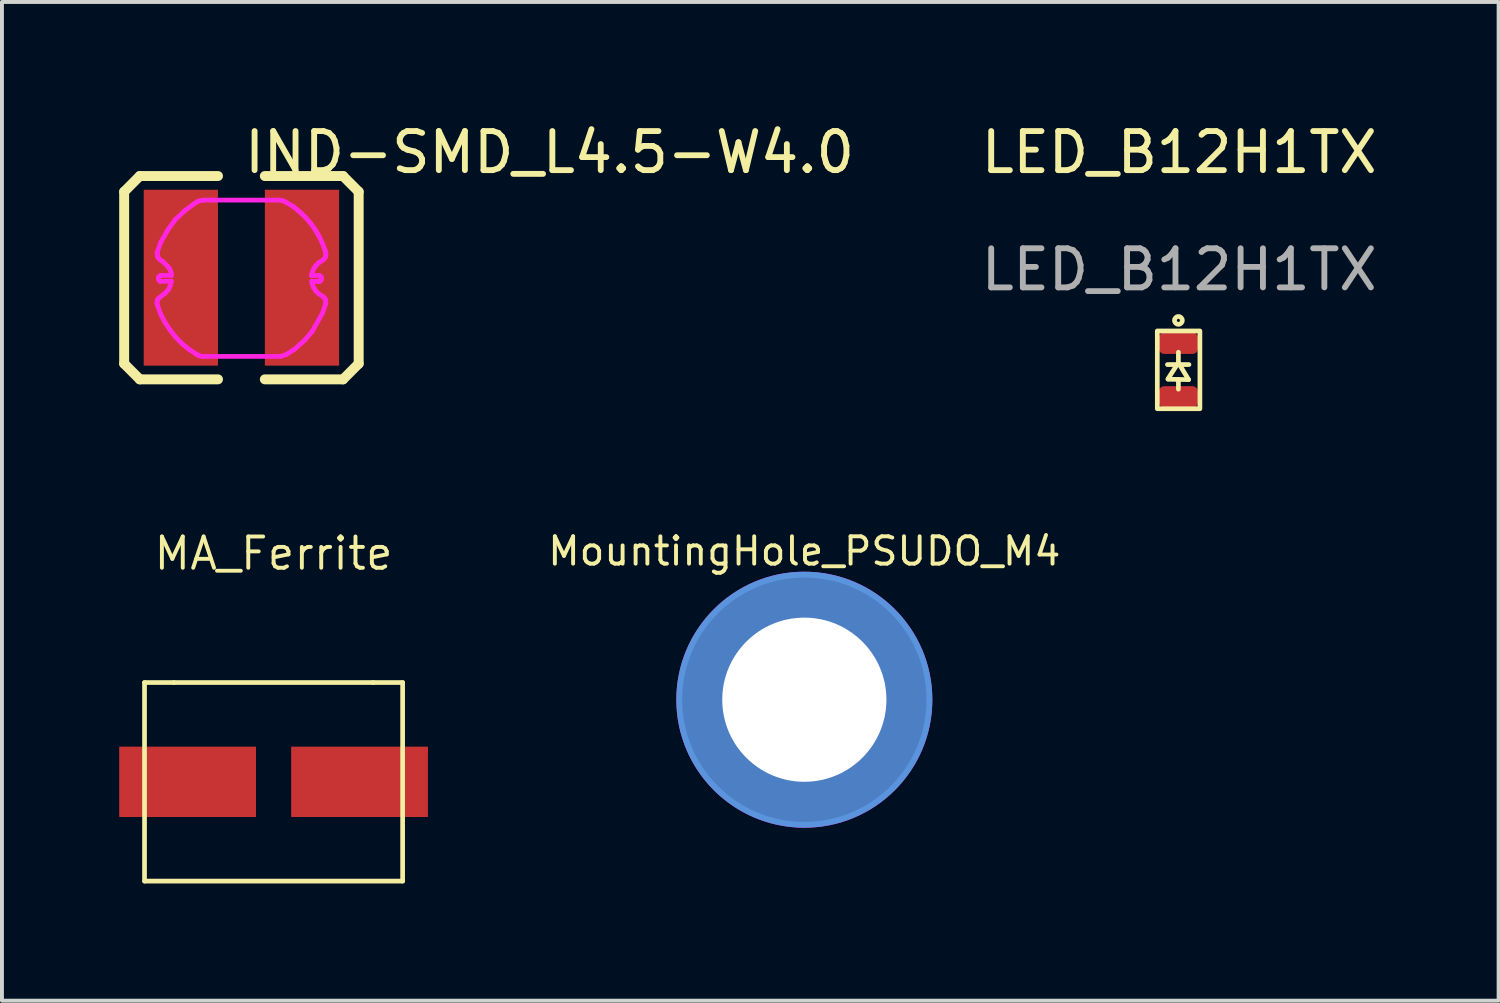
<source format=kicad_pcb>
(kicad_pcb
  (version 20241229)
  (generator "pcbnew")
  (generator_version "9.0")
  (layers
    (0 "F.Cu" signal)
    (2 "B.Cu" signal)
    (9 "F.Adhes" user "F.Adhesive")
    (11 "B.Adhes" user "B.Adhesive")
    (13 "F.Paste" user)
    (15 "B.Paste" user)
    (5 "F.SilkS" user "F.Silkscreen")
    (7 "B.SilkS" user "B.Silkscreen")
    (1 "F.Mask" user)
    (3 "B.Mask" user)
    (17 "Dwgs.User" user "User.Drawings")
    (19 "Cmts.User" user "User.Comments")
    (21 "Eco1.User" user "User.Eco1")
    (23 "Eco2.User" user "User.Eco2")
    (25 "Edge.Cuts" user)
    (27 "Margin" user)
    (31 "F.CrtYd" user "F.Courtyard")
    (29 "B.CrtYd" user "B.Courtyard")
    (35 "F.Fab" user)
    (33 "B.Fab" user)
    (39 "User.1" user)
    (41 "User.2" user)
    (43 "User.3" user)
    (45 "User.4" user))
  (footprint "MountingHole_PSUDO_M4"
    (layer "F.Cu")
    (at 17.53 14.853)
    (property "Reference" "MountingHole_PSUDO_M4" (at 0 -3.8 0) (layer "F.SilkS") (effects (font (size 0.7 0.7) (thickness 0.1))))
    (attr exclude_from_pos_files)
    (fp_circle (center 0 0) (end 3.2 0) (stroke (width 0.15) (type solid)) (fill no) (layer "Cmts.User"))
    (fp_circle (center 0 0) (end 3.25 0) (stroke (width 0.05) (type solid)) (fill no) (layer "F.CrtYd"))
    (pad "1" thru_hole circle (at 0 0) (size 6.4 6.4) (drill 4.2) (layers "*.Cu" "*.Mask")))
  (footprint "MA_Ferrite"
    (layer "F.Cu")
    (at 3.95 16.954)
    (property "Reference" "MA_Ferrite" (at 0 -5.842 0) (layer "F.SilkS") (effects (font (size 0.8 0.8) (thickness 0.1))))
    (attr through_hole)
    (fp_line (start -3.302 -2.54) (end -3.302 2.54) (stroke (width 0.12) (type solid)) (layer "F.SilkS"))
    (fp_line (start -3.302 2.54) (end 3.302 2.54) (stroke (width 0.12) (type solid)) (layer "F.SilkS"))
    (fp_line (start -2.55 -2.54) (end -3.302 -2.54) (stroke (width 0.12) (type solid)) (layer "F.SilkS"))
    (fp_line (start -2.55 -2.54) (end 2.55 -2.54) (stroke (width 0.12) (type solid)) (layer "F.SilkS"))
    (fp_line (start 3.302 -2.54) (end 2.55 -2.54) (stroke (width 0.12) (type solid)) (layer "F.SilkS"))
    (fp_line (start 3.302 2.54) (end 3.302 -2.54) (stroke (width 0.12) (type solid)) (layer "F.SilkS"))
    (pad "1" smd rect (at -2.2 0) (size 3.5 1.8) (layers "F.Cu" "F.Mask" "F.Paste"))
    (pad "2" smd rect (at 2.2 0) (size 3.5 1.8) (layers "F.Cu" "F.Mask" "F.Paste")))
  (footprint "LED_B12H1TX"
    (layer "F.Cu")
    (at 27.101 6.418)
    (property "Reference" "LED_B12H1TX" (at 0.02 -5.57 0) (unlocked yes) (layer "F.SilkS") (effects (font (size 1 1) (thickness 0.15))))
    (attr smd)
    (fp_line (start -0.28 -0.14) (end 0.27 -0.14) (stroke (width 0.12) (type solid)) (layer "F.SilkS"))
    (fp_line (start -0.02 -0.16) (end -0.27 0.23) (stroke (width 0.12) (type solid)) (layer "F.SilkS"))
    (fp_line (start 0 -0.455) (end 0 -0.165) (stroke (width 0.12) (type solid)) (layer "F.SilkS"))
    (fp_line (start 0 0.24) (end 0 0.49) (stroke (width 0.12) (type solid)) (layer "F.SilkS"))
    (fp_line (start 0.26 0.245) (end -0.26 0.235) (stroke (width 0.12) (type solid)) (layer "F.SilkS"))
    (fp_line (start 0.26 0.245) (end 0.01 -0.17) (stroke (width 0.12) (type solid)) (layer "F.SilkS"))
    (fp_rect (start -0.54 -1) (end 0.55 0.99) (stroke (width 0.12) (type solid)) (fill no) (layer "F.SilkS"))
    (fp_circle (center 0 -1.27) (end 0.1 -1.27) (stroke (width 0.12) (type solid)) (fill no) (layer "F.SilkS"))
    (fp_text user "${REFERENCE}" (at 0.02 -2.57 0) (unlocked yes) (layer "F.Fab") (effects (font (size 1 1) (thickness 0.15))))
    (pad "1" smd roundrect (at 0 -0.688) (size 1 0.55) (layers "F.Cu" "F.Mask" "F.Paste") (roundrect_rratio 0.25))
    (pad "2" smd roundrect (at 0 0.688) (size 1 0.55) (layers "F.Cu" "F.Mask" "F.Paste") (roundrect_rratio 0.25)))
  (footprint "IND-SMD_L4.5-W4.0"
    (layer "F.Cu")
    (at 3.127 4.055)
    (property "Reference" "IND-SMD_L4.5-W4.0" (at 0 -3.207 0) (layer "F.SilkS") (effects (font (size 1 1) (thickness 0.15)) (justify left)))
    (attr through_hole)
    (fp_line (start -3 -2.2) (end -2.601 -2.601) (stroke (width 0.254) (type solid)) (layer "F.SilkS"))
    (fp_line (start -3 2.2) (end -3 -2.2) (stroke (width 0.254) (type solid)) (layer "F.SilkS"))
    (fp_line (start -2.601 -2.601) (end -0.599 -2.601) (stroke (width 0.254) (type solid)) (layer "F.SilkS"))
    (fp_line (start -2.601 2.601) (end -3 2.2) (stroke (width 0.254) (type solid)) (layer "F.SilkS"))
    (fp_line (start -0.599 2.601) (end -2.601 2.601) (stroke (width 0.254) (type solid)) (layer "F.SilkS"))
    (fp_line (start 0.599 -2.601) (end 2.601 -2.601) (stroke (width 0.254) (type solid)) (layer "F.SilkS"))
    (fp_line (start 2.601 -2.601) (end 3 -2.2) (stroke (width 0.254) (type solid)) (layer "F.SilkS"))
    (fp_line (start 2.601 2.601) (end 0.599 2.601) (stroke (width 0.254) (type solid)) (layer "F.SilkS"))
    (fp_line (start 3 -2.2) (end 3 2.2) (stroke (width 0.254) (type solid)) (layer "F.SilkS"))
    (fp_line (start 3 2.2) (end 2.601 2.601) (stroke (width 0.254) (type solid)) (layer "F.SilkS"))
    (fp_circle (center -2.159 2.02) (end -2.129 2.02) (stroke (width 0.06) (type solid)) (fill no) (layer "Eco2.User"))
    (fp_poly (pts (xy -0.542 2.02) (xy -0.549 -1.986) (xy -1.003 -1.981) (xy -1.147 -1.931) (xy -1.349 -1.804) (xy -1.63 -1.554) (xy -1.805 -1.345) (xy -2.069 -0.88) (xy -2.152 -0.641) (xy -2.158 -0.566) (xy -2.128 -0.49) (xy -1.965 -0.371) (xy -1.899 -0.303) (xy -1.851 -0.223) (xy -1.809 -0.135) (xy -1.79 0.09) (xy -1.893 0.328) (xy -1.973 0.414) (xy -2.086 0.486) (xy -2.087 0.487) (xy -2.118 0.524) (xy -2.14 0.567) (xy -2.154 0.613) (xy -2.159 0.661) (xy -2.081 0.893) (xy -1.983 1.1) (xy -1.804 1.381) (xy -1.59 1.624) (xy -1.316 1.862) (xy -1.08 1.996) (xy -0.984 2.019)) (stroke (width 0.12) (type solid)) (fill no) (layer "Eco2.User"))
    (fp_poly (pts (xy 0.543 -1.986) (xy 0.55 2.02) (xy 1.005 2.014) (xy 1.148 1.965) (xy 1.35 1.838) (xy 1.631 1.588) (xy 1.806 1.378) (xy 2.07 0.913) (xy 2.154 0.674) (xy 2.159 0.599) (xy 2.129 0.523) (xy 1.967 0.405) (xy 1.901 0.336) (xy 1.852 0.256) (xy 1.81 0.169) (xy 1.791 -0.056) (xy 1.894 -0.295) (xy 1.974 -0.381) (xy 2.088 -0.453) (xy 2.088 -0.454) (xy 2.119 -0.491) (xy 2.142 -0.533) (xy 2.156 -0.579) (xy 2.16 -0.627) (xy 2.083 -0.86) (xy 1.985 -1.066) (xy 1.805 -1.348) (xy 1.592 -1.591) (xy 1.318 -1.829) (xy 1.081 -1.963) (xy 0.985 -1.985)) (stroke (width 0.12) (type solid)) (fill no) (layer "Eco2.User"))
    (fp_line (start -2.159 0.623) (end -2.156 0.596) (stroke (width 0.12) (type solid)) (layer "F.CrtYd"))
    (fp_line (start -2.159 0.666) (end -2.159 0.623) (stroke (width 0.12) (type solid)) (layer "F.CrtYd"))
    (fp_line (start -2.156 0.596) (end -2.148 0.569) (stroke (width 0.12) (type solid)) (layer "F.CrtYd"))
    (fp_line (start -2.155 -0.654) (end -2.063 -0.907) (stroke (width 0.12) (type solid)) (layer "F.CrtYd"))
    (fp_line (start -2.155 -0.611) (end -2.155 -0.654) (stroke (width 0.12) (type solid)) (layer "F.CrtYd"))
    (fp_line (start -2.152 0.698) (end -2.159 0.666) (stroke (width 0.12) (type solid)) (layer "F.CrtYd"))
    (fp_line (start -2.151 -0.572) (end -2.155 -0.611) (stroke (width 0.12) (type solid)) (layer "F.CrtYd"))
    (fp_line (start -2.148 0.569) (end -2.135 0.545) (stroke (width 0.12) (type solid)) (layer "F.CrtYd"))
    (fp_line (start -2.14 -0.534) (end -2.151 -0.572) (stroke (width 0.12) (type solid)) (layer "F.CrtYd"))
    (fp_line (start -2.135 0.545) (end -2.118 0.524) (stroke (width 0.12) (type solid)) (layer "F.CrtYd"))
    (fp_line (start -2.123 0.016) (end -2.122 0.003) (stroke (width 0.12) (type solid)) (layer "F.CrtYd"))
    (fp_line (start -2.122 0.003) (end -2.118 -0.009) (stroke (width 0.12) (type solid)) (layer "F.CrtYd"))
    (fp_line (start -2.121 -0.5) (end -2.14 -0.534) (stroke (width 0.12) (type solid)) (layer "F.CrtYd"))
    (fp_line (start -2.121 0.033) (end -2.123 0.016) (stroke (width 0.12) (type solid)) (layer "F.CrtYd"))
    (fp_line (start -2.118 -0.009) (end -2.112 -0.02) (stroke (width 0.12) (type solid)) (layer "F.CrtYd"))
    (fp_line (start -2.118 0.524) (end -1.946 0.392) (stroke (width 0.12) (type solid)) (layer "F.CrtYd"))
    (fp_line (start -2.116 0.049) (end -2.121 0.033) (stroke (width 0.12) (type solid)) (layer "F.CrtYd"))
    (fp_line (start -2.112 -0.02) (end -2.104 -0.03) (stroke (width 0.12) (type solid)) (layer "F.CrtYd"))
    (fp_line (start -2.108 0.064) (end -2.116 0.049) (stroke (width 0.12) (type solid)) (layer "F.CrtYd"))
    (fp_line (start -2.104 -0.03) (end -2.096 -0.038) (stroke (width 0.12) (type solid)) (layer "F.CrtYd"))
    (fp_line (start -2.098 0.077) (end -2.108 0.064) (stroke (width 0.12) (type solid)) (layer "F.CrtYd"))
    (fp_line (start -2.096 -0.469) (end -2.121 -0.5) (stroke (width 0.12) (type solid)) (layer "F.CrtYd"))
    (fp_line (start -2.096 -0.038) (end -2.085 -0.047) (stroke (width 0.12) (type solid)) (layer "F.CrtYd"))
    (fp_line (start -2.085 -0.047) (end -2.073 -0.054) (stroke (width 0.12) (type solid)) (layer "F.CrtYd"))
    (fp_line (start -2.08 0.095) (end -2.098 0.077) (stroke (width 0.12) (type solid)) (layer "F.CrtYd"))
    (fp_line (start -2.073 -0.054) (end -2.059 -0.058) (stroke (width 0.12) (type solid)) (layer "F.CrtYd"))
    (fp_line (start -2.065 0.934) (end -2.152 0.698) (stroke (width 0.12) (type solid)) (layer "F.CrtYd"))
    (fp_line (start -2.063 -0.907) (end -1.89 -1.211) (stroke (width 0.12) (type solid)) (layer "F.CrtYd"))
    (fp_line (start -2.059 -0.058) (end -2.045 -0.059) (stroke (width 0.12) (type solid)) (layer "F.CrtYd"))
    (fp_line (start -2.045 -0.059) (end -1.792 -0.059) (stroke (width 0.12) (type solid)) (layer "F.CrtYd"))
    (fp_line (start -2.009 -0.411) (end -2.096 -0.469) (stroke (width 0.12) (type solid)) (layer "F.CrtYd"))
    (fp_line (start -1.959 1.136) (end -2.065 0.934) (stroke (width 0.12) (type solid)) (layer "F.CrtYd"))
    (fp_line (start -1.946 0.392) (end -1.864 0.3) (stroke (width 0.12) (type solid)) (layer "F.CrtYd"))
    (fp_line (start -1.89 -1.211) (end -1.7 -1.478) (stroke (width 0.12) (type solid)) (layer "F.CrtYd"))
    (fp_line (start -1.887 -0.289) (end -2.009 -0.411) (stroke (width 0.12) (type solid)) (layer "F.CrtYd"))
    (fp_line (start -1.864 0.3) (end -1.819 0.196) (stroke (width 0.12) (type solid)) (layer "F.CrtYd"))
    (fp_line (start -1.847 -0.24) (end -1.887 -0.289) (stroke (width 0.12) (type solid)) (layer "F.CrtYd"))
    (fp_line (start -1.834 1.327) (end -1.959 1.136) (stroke (width 0.12) (type solid)) (layer "F.CrtYd"))
    (fp_line (start -1.819 0.196) (end -1.791 0.089) (stroke (width 0.12) (type solid)) (layer "F.CrtYd"))
    (fp_line (start -1.817 -0.184) (end -1.847 -0.24) (stroke (width 0.12) (type solid)) (layer "F.CrtYd"))
    (fp_line (start -1.798 -0.123) (end -1.817 -0.184) (stroke (width 0.12) (type solid)) (layer "F.CrtYd"))
    (fp_line (start -1.792 -0.059) (end -1.798 -0.123) (stroke (width 0.12) (type solid)) (layer "F.CrtYd"))
    (fp_line (start -1.791 0.089) (end -2.08 0.095) (stroke (width 0.12) (type solid)) (layer "F.CrtYd"))
    (fp_line (start -1.7 -1.478) (end -1.458 -1.707) (stroke (width 0.12) (type solid)) (layer "F.CrtYd"))
    (fp_line (start -1.692 1.51) (end -1.834 1.327) (stroke (width 0.12) (type solid)) (layer "F.CrtYd"))
    (fp_line (start -1.529 1.68) (end -1.692 1.51) (stroke (width 0.12) (type solid)) (layer "F.CrtYd"))
    (fp_line (start -1.458 -1.707) (end -1.229 -1.878) (stroke (width 0.12) (type solid)) (layer "F.CrtYd"))
    (fp_line (start -1.34 1.835) (end -1.529 1.68) (stroke (width 0.12) (type solid)) (layer "F.CrtYd"))
    (fp_line (start -1.229 -1.878) (end -1.107 -1.958) (stroke (width 0.12) (type solid)) (layer "F.CrtYd"))
    (fp_line (start -1.145 1.962) (end -1.34 1.835) (stroke (width 0.12) (type solid)) (layer "F.CrtYd"))
    (fp_line (start -1.107 -1.958) (end -0.98 -1.985) (stroke (width 0.12) (type solid)) (layer "F.CrtYd"))
    (fp_line (start -1.077 1.997) (end -1.145 1.962) (stroke (width 0.12) (type solid)) (layer "F.CrtYd"))
    (fp_line (start -1 2.014) (end -1.077 1.997) (stroke (width 0.12) (type solid)) (layer "F.CrtYd"))
    (fp_line (start -0.98 -1.985) (end 0.981 -1.985) (stroke (width 0.12) (type solid)) (layer "F.CrtYd"))
    (fp_line (start 0.981 -1.985) (end 1.08 -1.965) (stroke (width 0.12) (type solid)) (layer "F.CrtYd"))
    (fp_line (start 1.005 2.014) (end -1 2.014) (stroke (width 0.12) (type solid)) (layer "F.CrtYd"))
    (fp_line (start 1.08 -1.965) (end 1.13 -1.935) (stroke (width 0.12) (type solid)) (layer "F.CrtYd"))
    (fp_line (start 1.13 -1.935) (end 1.32 -1.825) (stroke (width 0.12) (type solid)) (layer "F.CrtYd"))
    (fp_line (start 1.15 1.964) (end 1.005 2.014) (stroke (width 0.12) (type solid)) (layer "F.CrtYd"))
    (fp_line (start 1.32 -1.825) (end 1.479 -1.696) (stroke (width 0.12) (type solid)) (layer "F.CrtYd"))
    (fp_line (start 1.354 1.835) (end 1.15 1.964) (stroke (width 0.12) (type solid)) (layer "F.CrtYd"))
    (fp_line (start 1.479 -1.696) (end 1.544 -1.636) (stroke (width 0.12) (type solid)) (layer "F.CrtYd"))
    (fp_line (start 1.544 -1.636) (end 1.63 -1.555) (stroke (width 0.12) (type solid)) (layer "F.CrtYd"))
    (fp_line (start 1.63 -1.555) (end 1.768 -1.396) (stroke (width 0.12) (type solid)) (layer "F.CrtYd"))
    (fp_line (start 1.631 1.588) (end 1.354 1.835) (stroke (width 0.12) (type solid)) (layer "F.CrtYd"))
    (fp_line (start 1.768 -1.396) (end 1.889 -1.226) (stroke (width 0.12) (type solid)) (layer "F.CrtYd"))
    (fp_line (start 1.791 -0.055) (end 1.981 -0.055) (stroke (width 0.12) (type solid)) (layer "F.CrtYd"))
    (fp_line (start 1.801 0.094) (end 1.81 0.165) (stroke (width 0.12) (type solid)) (layer "F.CrtYd"))
    (fp_line (start 1.809 1.375) (end 1.631 1.588) (stroke (width 0.12) (type solid)) (layer "F.CrtYd"))
    (fp_line (start 1.81 -0.136) (end 1.791 -0.055) (stroke (width 0.12) (type solid)) (layer "F.CrtYd"))
    (fp_line (start 1.81 0.165) (end 1.85 0.256) (stroke (width 0.12) (type solid)) (layer "F.CrtYd"))
    (fp_line (start 1.848 -0.223) (end 1.81 -0.136) (stroke (width 0.12) (type solid)) (layer "F.CrtYd"))
    (fp_line (start 1.85 0.256) (end 1.9 0.335) (stroke (width 0.12) (type solid)) (layer "F.CrtYd"))
    (fp_line (start 1.889 -1.226) (end 1.922 -1.171) (stroke (width 0.12) (type solid)) (layer "F.CrtYd"))
    (fp_line (start 1.899 -0.304) (end 1.848 -0.223) (stroke (width 0.12) (type solid)) (layer "F.CrtYd"))
    (fp_line (start 1.9 0.335) (end 1.97 0.405) (stroke (width 0.12) (type solid)) (layer "F.CrtYd"))
    (fp_line (start 1.922 -1.171) (end 1.959 -1.107) (stroke (width 0.12) (type solid)) (layer "F.CrtYd"))
    (fp_line (start 1.959 -1.107) (end 1.989 -1.056) (stroke (width 0.12) (type solid)) (layer "F.CrtYd"))
    (fp_line (start 1.97 0.405) (end 2.09 0.485) (stroke (width 0.12) (type solid)) (layer "F.CrtYd"))
    (fp_line (start 1.973 -0.378) (end 1.899 -0.304) (stroke (width 0.12) (type solid)) (layer "F.CrtYd"))
    (fp_line (start 1.981 -0.055) (end 1.993 -0.054) (stroke (width 0.12) (type solid)) (layer "F.CrtYd"))
    (fp_line (start 1.984 0.094) (end 1.801 0.094) (stroke (width 0.12) (type solid)) (layer "F.CrtYd"))
    (fp_line (start 1.989 -1.056) (end 2.078 -0.869) (stroke (width 0.12) (type solid)) (layer "F.CrtYd"))
    (fp_line (start 1.993 -0.054) (end 2.004 -0.05) (stroke (width 0.12) (type solid)) (layer "F.CrtYd"))
    (fp_line (start 1.995 0.093) (end 1.984 0.094) (stroke (width 0.12) (type solid)) (layer "F.CrtYd"))
    (fp_line (start 2.004 -0.05) (end 2.014 -0.045) (stroke (width 0.12) (type solid)) (layer "F.CrtYd"))
    (fp_line (start 2.006 0.09) (end 1.995 0.093) (stroke (width 0.12) (type solid)) (layer "F.CrtYd"))
    (fp_line (start 2.014 -0.045) (end 2.023 -0.037) (stroke (width 0.12) (type solid)) (layer "F.CrtYd"))
    (fp_line (start 2.016 0.084) (end 2.006 0.09) (stroke (width 0.12) (type solid)) (layer "F.CrtYd"))
    (fp_line (start 2.023 -0.037) (end 2.031 -0.028) (stroke (width 0.12) (type solid)) (layer "F.CrtYd"))
    (fp_line (start 2.024 0.077) (end 2.016 0.084) (stroke (width 0.12) (type solid)) (layer "F.CrtYd"))
    (fp_line (start 2.031 -0.028) (end 2.036 -0.018) (stroke (width 0.12) (type solid)) (layer "F.CrtYd"))
    (fp_line (start 2.031 0.069) (end 2.024 0.077) (stroke (width 0.12) (type solid)) (layer "F.CrtYd"))
    (fp_line (start 2.036 -0.018) (end 2.04 -0.007) (stroke (width 0.12) (type solid)) (layer "F.CrtYd"))
    (fp_line (start 2.037 0.059) (end 2.031 0.069) (stroke (width 0.12) (type solid)) (layer "F.CrtYd"))
    (fp_line (start 2.04 -0.007) (end 2.041 0.005) (stroke (width 0.12) (type solid)) (layer "F.CrtYd"))
    (fp_line (start 2.04 0.048) (end 2.037 0.059) (stroke (width 0.12) (type solid)) (layer "F.CrtYd"))
    (fp_line (start 2.041 0.005) (end 2.041 0.037) (stroke (width 0.12) (type solid)) (layer "F.CrtYd"))
    (fp_line (start 2.041 0.037) (end 2.04 0.048) (stroke (width 0.12) (type solid)) (layer "F.CrtYd"))
    (fp_line (start 2.074 0.907) (end 1.809 1.375) (stroke (width 0.12) (type solid)) (layer "F.CrtYd"))
    (fp_line (start 2.078 -0.869) (end 2.138 -0.699) (stroke (width 0.12) (type solid)) (layer "F.CrtYd"))
    (fp_line (start 2.089 -0.454) (end 1.973 -0.378) (stroke (width 0.12) (type solid)) (layer "F.CrtYd"))
    (fp_line (start 2.09 0.485) (end 2.131 0.526) (stroke (width 0.12) (type solid)) (layer "F.CrtYd"))
    (fp_line (start 2.13 -0.495) (end 2.089 -0.454) (stroke (width 0.12) (type solid)) (layer "F.CrtYd"))
    (fp_line (start 2.131 0.526) (end 2.15 0.565) (stroke (width 0.12) (type solid)) (layer "F.CrtYd"))
    (fp_line (start 2.138 -0.699) (end 2.15 -0.666) (stroke (width 0.12) (type solid)) (layer "F.CrtYd"))
    (fp_line (start 2.15 -0.666) (end 2.16 -0.625) (stroke (width 0.12) (type solid)) (layer "F.CrtYd"))
    (fp_line (start 2.15 0.565) (end 2.16 0.604) (stroke (width 0.12) (type solid)) (layer "F.CrtYd"))
    (fp_line (start 2.151 -0.535) (end 2.13 -0.495) (stroke (width 0.12) (type solid)) (layer "F.CrtYd"))
    (fp_line (start 2.157 0.664) (end 2.074 0.907) (stroke (width 0.12) (type solid)) (layer "F.CrtYd"))
    (fp_line (start 2.16 -0.625) (end 2.16 -0.575) (stroke (width 0.12) (type solid)) (layer "F.CrtYd"))
    (fp_line (start 2.16 -0.575) (end 2.151 -0.535) (stroke (width 0.12) (type solid)) (layer "F.CrtYd"))
    (fp_line (start 2.16 0.604) (end 2.157 0.664) (stroke (width 0.12) (type solid)) (layer "F.CrtYd"))
    (pad "1" smd rect (at -1.55 0) (size 1.9 4.5) (layers "F.Cu" "F.Mask" "F.Paste"))
    (pad "2" smd rect (at 1.55 0) (size 1.9 4.5) (layers "F.Cu" "F.Mask" "F.Paste")))
  (gr_rect
    (start -3 -3)
    (end 35.294 22.554)
    (stroke (width 0.1) (type default))
    (fill no)
    (layer "Edge.Cuts")))
</source>
